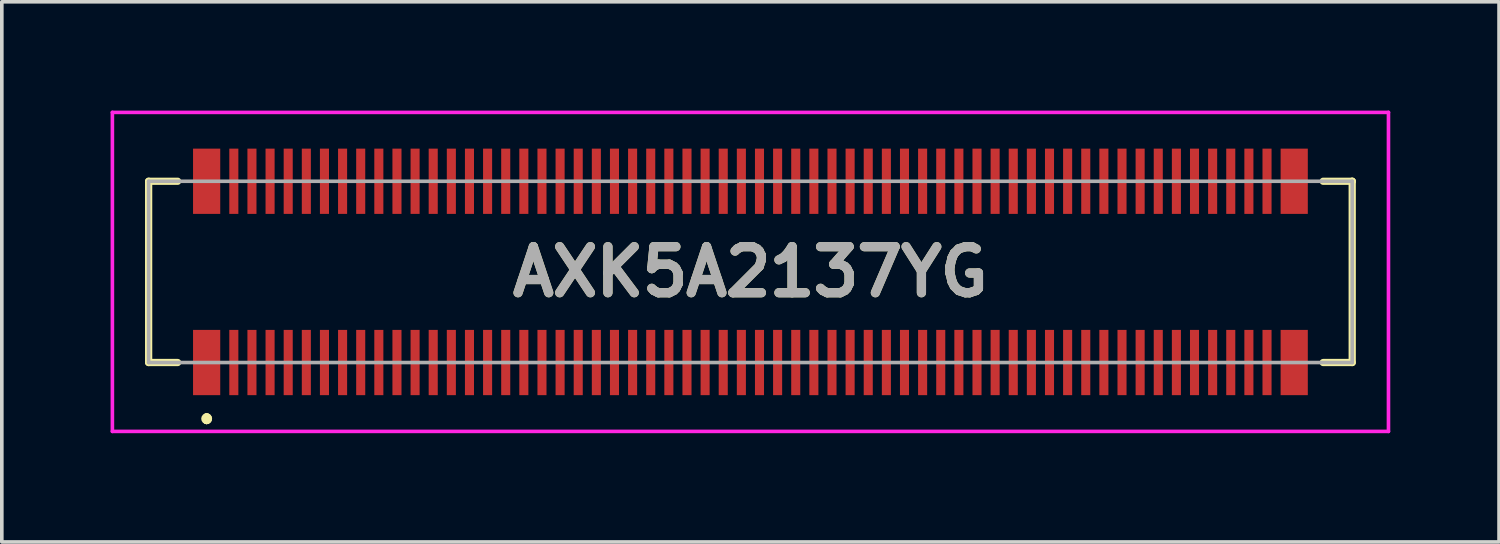
<source format=kicad_pcb>
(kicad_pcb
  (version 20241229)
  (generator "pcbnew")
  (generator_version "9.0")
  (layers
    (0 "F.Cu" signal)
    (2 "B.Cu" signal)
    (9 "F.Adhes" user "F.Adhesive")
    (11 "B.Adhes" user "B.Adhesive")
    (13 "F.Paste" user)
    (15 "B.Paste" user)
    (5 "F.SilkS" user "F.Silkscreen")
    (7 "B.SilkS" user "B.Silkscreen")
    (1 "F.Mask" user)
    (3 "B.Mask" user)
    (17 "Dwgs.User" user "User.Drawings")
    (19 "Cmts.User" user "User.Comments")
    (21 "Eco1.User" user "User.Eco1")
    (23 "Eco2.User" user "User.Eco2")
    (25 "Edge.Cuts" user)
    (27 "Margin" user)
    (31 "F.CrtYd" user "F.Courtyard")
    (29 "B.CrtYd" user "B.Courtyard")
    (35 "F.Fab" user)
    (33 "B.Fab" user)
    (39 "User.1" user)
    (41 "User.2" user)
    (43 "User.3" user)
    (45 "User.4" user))
  (footprint "AXK5A2137YG"
    (layer "F.Cu")
    (at 17.65 4.45)
    (property "Reference" "AXK5A2137YG" (at 0 0 0) (layer "F.SilkS") (effects (font (size 1.27 1.27) (thickness 0.254))))
    (attr smd)
    (fp_line (start -16.6 -2.5) (end -16.6 2.5) (stroke (width 0.2) (type solid)) (layer "F.SilkS"))
    (fp_line (start -16.6 2.5) (end -15.8 2.5) (stroke (width 0.2) (type solid)) (layer "F.SilkS"))
    (fp_line (start -15.8 -2.5) (end -16.6 -2.5) (stroke (width 0.2) (type solid)) (layer "F.SilkS"))
    (fp_line (start -15 4) (end -15 4) (stroke (width 0.2) (type solid)) (layer "F.SilkS"))
    (fp_line (start -15 4.1) (end -15 4.1) (stroke (width 0.2) (type solid)) (layer "F.SilkS"))
    (fp_line (start -15 4.1) (end -15 4.1) (stroke (width 0.2) (type solid)) (layer "F.SilkS"))
    (fp_line (start 15.8 -2.5) (end 16.6 -2.5) (stroke (width 0.2) (type solid)) (layer "F.SilkS"))
    (fp_line (start 16.6 -2.5) (end 16.6 -2.5) (stroke (width 0.2) (type solid)) (layer "F.SilkS"))
    (fp_line (start 16.6 -2.5) (end 16.6 2.5) (stroke (width 0.2) (type solid)) (layer "F.SilkS"))
    (fp_line (start 16.6 2.5) (end 15.8 2.5) (stroke (width 0.2) (type solid)) (layer "F.SilkS"))
    (fp_arc (start -15 4) (mid -14.95 4.05) (end -15 4.1) (stroke (width 0.2) (type solid)) (layer "F.SilkS"))
    (fp_arc (start -15 4) (mid -14.95 4.05) (end -15 4.1) (stroke (width 0.2) (type solid)) (layer "F.SilkS"))
    (fp_arc (start -15 4.1) (mid -15.05 4.05) (end -15 4) (stroke (width 0.2) (type solid)) (layer "F.SilkS"))
    (fp_line (start -17.6 -4.4) (end 17.6 -4.4) (stroke (width 0.1) (type solid)) (layer "F.CrtYd"))
    (fp_line (start -17.6 4.4) (end -17.6 -4.4) (stroke (width 0.1) (type solid)) (layer "F.CrtYd"))
    (fp_line (start 17.6 -4.4) (end 17.6 4.4) (stroke (width 0.1) (type solid)) (layer "F.CrtYd"))
    (fp_line (start 17.6 4.4) (end -17.6 4.4) (stroke (width 0.1) (type solid)) (layer "F.CrtYd"))
    (fp_line (start -16.6 -2.5) (end 16.6 -2.5) (stroke (width 0.1) (type solid)) (layer "F.Fab"))
    (fp_line (start -16.6 2.5) (end -16.6 -2.5) (stroke (width 0.1) (type solid)) (layer "F.Fab"))
    (fp_line (start 16.6 -2.5) (end 16.6 2.5) (stroke (width 0.1) (type solid)) (layer "F.Fab"))
    (fp_line (start 16.6 2.5) (end -16.6 2.5) (stroke (width 0.1) (type solid)) (layer "F.Fab"))
    (fp_text user "${REFERENCE}" (at 0 0 0) (layer "F.Fab") (effects (font (size 1.27 1.27) (thickness 0.254))))
    (pad "1" smd rect (at -15 2.5) (size 0.75 1.8) (layers "F.Cu" "F.Mask" "F.Paste"))
    (pad "2" smd rect (at -15 -2.5) (size 0.75 1.8) (layers "F.Cu" "F.Mask" "F.Paste"))
    (pad "3" smd rect (at -14.25 2.5) (size 0.25 1.8) (layers "F.Cu" "F.Mask" "F.Paste"))
    (pad "4" smd rect (at -14.25 -2.5) (size 0.25 1.8) (layers "F.Cu" "F.Mask" "F.Paste"))
    (pad "5" smd rect (at -13.75 2.5) (size 0.25 1.8) (layers "F.Cu" "F.Mask" "F.Paste"))
    (pad "6" smd rect (at -13.75 -2.5) (size 0.25 1.8) (layers "F.Cu" "F.Mask" "F.Paste"))
    (pad "7" smd rect (at -13.25 2.5) (size 0.25 1.8) (layers "F.Cu" "F.Mask" "F.Paste"))
    (pad "8" smd rect (at -13.25 -2.5) (size 0.25 1.8) (layers "F.Cu" "F.Mask" "F.Paste"))
    (pad "9" smd rect (at -12.75 2.5) (size 0.25 1.8) (layers "F.Cu" "F.Mask" "F.Paste"))
    (pad "10" smd rect (at -12.75 -2.5) (size 0.25 1.8) (layers "F.Cu" "F.Mask" "F.Paste"))
    (pad "11" smd rect (at -12.25 2.5) (size 0.25 1.8) (layers "F.Cu" "F.Mask" "F.Paste"))
    (pad "12" smd rect (at -12.25 -2.5) (size 0.25 1.8) (layers "F.Cu" "F.Mask" "F.Paste"))
    (pad "13" smd rect (at -11.75 2.5) (size 0.25 1.8) (layers "F.Cu" "F.Mask" "F.Paste"))
    (pad "14" smd rect (at -11.75 -2.5) (size 0.25 1.8) (layers "F.Cu" "F.Mask" "F.Paste"))
    (pad "15" smd rect (at -11.25 2.5) (size 0.25 1.8) (layers "F.Cu" "F.Mask" "F.Paste"))
    (pad "16" smd rect (at -11.25 -2.5) (size 0.25 1.8) (layers "F.Cu" "F.Mask" "F.Paste"))
    (pad "17" smd rect (at -10.75 2.5) (size 0.25 1.8) (layers "F.Cu" "F.Mask" "F.Paste"))
    (pad "18" smd rect (at -10.75 -2.5) (size 0.25 1.8) (layers "F.Cu" "F.Mask" "F.Paste"))
    (pad "19" smd rect (at -10.25 2.5) (size 0.25 1.8) (layers "F.Cu" "F.Mask" "F.Paste"))
    (pad "20" smd rect (at -10.25 -2.5) (size 0.25 1.8) (layers "F.Cu" "F.Mask" "F.Paste"))
    (pad "21" smd rect (at -9.75 2.5) (size 0.25 1.8) (layers "F.Cu" "F.Mask" "F.Paste"))
    (pad "22" smd rect (at -9.75 -2.5) (size 0.25 1.8) (layers "F.Cu" "F.Mask" "F.Paste"))
    (pad "23" smd rect (at -9.25 2.5) (size 0.25 1.8) (layers "F.Cu" "F.Mask" "F.Paste"))
    (pad "24" smd rect (at -9.25 -2.5) (size 0.25 1.8) (layers "F.Cu" "F.Mask" "F.Paste"))
    (pad "25" smd rect (at -8.75 2.5) (size 0.25 1.8) (layers "F.Cu" "F.Mask" "F.Paste"))
    (pad "26" smd rect (at -8.75 -2.5) (size 0.25 1.8) (layers "F.Cu" "F.Mask" "F.Paste"))
    (pad "27" smd rect (at -8.25 2.5) (size 0.25 1.8) (layers "F.Cu" "F.Mask" "F.Paste"))
    (pad "28" smd rect (at -8.25 -2.5) (size 0.25 1.8) (layers "F.Cu" "F.Mask" "F.Paste"))
    (pad "29" smd rect (at -7.75 2.5) (size 0.25 1.8) (layers "F.Cu" "F.Mask" "F.Paste"))
    (pad "30" smd rect (at -7.75 -2.5) (size 0.25 1.8) (layers "F.Cu" "F.Mask" "F.Paste"))
    (pad "31" smd rect (at -7.25 2.5) (size 0.25 1.8) (layers "F.Cu" "F.Mask" "F.Paste"))
    (pad "32" smd rect (at -7.25 -2.5) (size 0.25 1.8) (layers "F.Cu" "F.Mask" "F.Paste"))
    (pad "33" smd rect (at -6.75 2.5) (size 0.25 1.8) (layers "F.Cu" "F.Mask" "F.Paste"))
    (pad "34" smd rect (at -6.75 -2.5) (size 0.25 1.8) (layers "F.Cu" "F.Mask" "F.Paste"))
    (pad "35" smd rect (at -6.25 2.5) (size 0.25 1.8) (layers "F.Cu" "F.Mask" "F.Paste"))
    (pad "36" smd rect (at -6.25 -2.5) (size 0.25 1.8) (layers "F.Cu" "F.Mask" "F.Paste"))
    (pad "37" smd rect (at -5.75 2.5) (size 0.25 1.8) (layers "F.Cu" "F.Mask" "F.Paste"))
    (pad "38" smd rect (at -5.75 -2.5) (size 0.25 1.8) (layers "F.Cu" "F.Mask" "F.Paste"))
    (pad "39" smd rect (at -5.25 2.5) (size 0.25 1.8) (layers "F.Cu" "F.Mask" "F.Paste"))
    (pad "40" smd rect (at -5.25 -2.5) (size 0.25 1.8) (layers "F.Cu" "F.Mask" "F.Paste"))
    (pad "41" smd rect (at -4.75 2.5) (size 0.25 1.8) (layers "F.Cu" "F.Mask" "F.Paste"))
    (pad "42" smd rect (at -4.75 -2.5) (size 0.25 1.8) (layers "F.Cu" "F.Mask" "F.Paste"))
    (pad "43" smd rect (at -4.25 2.5) (size 0.25 1.8) (layers "F.Cu" "F.Mask" "F.Paste"))
    (pad "44" smd rect (at -4.25 -2.5) (size 0.25 1.8) (layers "F.Cu" "F.Mask" "F.Paste"))
    (pad "45" smd rect (at -3.75 2.5) (size 0.25 1.8) (layers "F.Cu" "F.Mask" "F.Paste"))
    (pad "46" smd rect (at -3.75 -2.5) (size 0.25 1.8) (layers "F.Cu" "F.Mask" "F.Paste"))
    (pad "47" smd rect (at -3.25 2.5) (size 0.25 1.8) (layers "F.Cu" "F.Mask" "F.Paste"))
    (pad "48" smd rect (at -3.25 -2.5) (size 0.25 1.8) (layers "F.Cu" "F.Mask" "F.Paste"))
    (pad "49" smd rect (at -2.75 2.5) (size 0.25 1.8) (layers "F.Cu" "F.Mask" "F.Paste"))
    (pad "50" smd rect (at -2.75 -2.5) (size 0.25 1.8) (layers "F.Cu" "F.Mask" "F.Paste"))
    (pad "51" smd rect (at -2.25 2.5) (size 0.25 1.8) (layers "F.Cu" "F.Mask" "F.Paste"))
    (pad "52" smd rect (at -2.25 -2.5) (size 0.25 1.8) (layers "F.Cu" "F.Mask" "F.Paste"))
    (pad "53" smd rect (at -1.75 2.5) (size 0.25 1.8) (layers "F.Cu" "F.Mask" "F.Paste"))
    (pad "54" smd rect (at -1.75 -2.5) (size 0.25 1.8) (layers "F.Cu" "F.Mask" "F.Paste"))
    (pad "55" smd rect (at -1.25 2.5) (size 0.25 1.8) (layers "F.Cu" "F.Mask" "F.Paste"))
    (pad "56" smd rect (at -1.25 -2.5) (size 0.25 1.8) (layers "F.Cu" "F.Mask" "F.Paste"))
    (pad "57" smd rect (at -0.75 2.5) (size 0.25 1.8) (layers "F.Cu" "F.Mask" "F.Paste"))
    (pad "58" smd rect (at -0.75 -2.5) (size 0.25 1.8) (layers "F.Cu" "F.Mask" "F.Paste"))
    (pad "59" smd rect (at -0.25 2.5) (size 0.25 1.8) (layers "F.Cu" "F.Mask" "F.Paste"))
    (pad "60" smd rect (at -0.25 -2.5) (size 0.25 1.8) (layers "F.Cu" "F.Mask" "F.Paste"))
    (pad "61" smd rect (at 0.25 2.5) (size 0.25 1.8) (layers "F.Cu" "F.Mask" "F.Paste"))
    (pad "62" smd rect (at 0.25 -2.5) (size 0.25 1.8) (layers "F.Cu" "F.Mask" "F.Paste"))
    (pad "63" smd rect (at 0.75 2.5) (size 0.25 1.8) (layers "F.Cu" "F.Mask" "F.Paste"))
    (pad "64" smd rect (at 0.75 -2.5) (size 0.25 1.8) (layers "F.Cu" "F.Mask" "F.Paste"))
    (pad "65" smd rect (at 1.25 2.5) (size 0.25 1.8) (layers "F.Cu" "F.Mask" "F.Paste"))
    (pad "66" smd rect (at 1.25 -2.5) (size 0.25 1.8) (layers "F.Cu" "F.Mask" "F.Paste"))
    (pad "67" smd rect (at 1.75 2.5) (size 0.25 1.8) (layers "F.Cu" "F.Mask" "F.Paste"))
    (pad "68" smd rect (at 1.75 -2.5) (size 0.25 1.8) (layers "F.Cu" "F.Mask" "F.Paste"))
    (pad "69" smd rect (at 2.25 2.5) (size 0.25 1.8) (layers "F.Cu" "F.Mask" "F.Paste"))
    (pad "70" smd rect (at 2.25 -2.5) (size 0.25 1.8) (layers "F.Cu" "F.Mask" "F.Paste"))
    (pad "71" smd rect (at 2.75 2.5) (size 0.25 1.8) (layers "F.Cu" "F.Mask" "F.Paste"))
    (pad "72" smd rect (at 2.75 -2.5) (size 0.25 1.8) (layers "F.Cu" "F.Mask" "F.Paste"))
    (pad "73" smd rect (at 3.25 2.5) (size 0.25 1.8) (layers "F.Cu" "F.Mask" "F.Paste"))
    (pad "74" smd rect (at 3.25 -2.5) (size 0.25 1.8) (layers "F.Cu" "F.Mask" "F.Paste"))
    (pad "75" smd rect (at 3.75 2.5) (size 0.25 1.8) (layers "F.Cu" "F.Mask" "F.Paste"))
    (pad "76" smd rect (at 3.75 -2.5) (size 0.25 1.8) (layers "F.Cu" "F.Mask" "F.Paste"))
    (pad "77" smd rect (at 4.25 2.5) (size 0.25 1.8) (layers "F.Cu" "F.Mask" "F.Paste"))
    (pad "78" smd rect (at 4.25 -2.5) (size 0.25 1.8) (layers "F.Cu" "F.Mask" "F.Paste"))
    (pad "79" smd rect (at 4.75 2.5) (size 0.25 1.8) (layers "F.Cu" "F.Mask" "F.Paste"))
    (pad "80" smd rect (at 4.75 -2.5) (size 0.25 1.8) (layers "F.Cu" "F.Mask" "F.Paste"))
    (pad "81" smd rect (at 5.25 2.5) (size 0.25 1.8) (layers "F.Cu" "F.Mask" "F.Paste"))
    (pad "82" smd rect (at 5.25 -2.5) (size 0.25 1.8) (layers "F.Cu" "F.Mask" "F.Paste"))
    (pad "83" smd rect (at 5.75 2.5) (size 0.25 1.8) (layers "F.Cu" "F.Mask" "F.Paste"))
    (pad "84" smd rect (at 5.75 -2.5) (size 0.25 1.8) (layers "F.Cu" "F.Mask" "F.Paste"))
    (pad "85" smd rect (at 6.25 2.5) (size 0.25 1.8) (layers "F.Cu" "F.Mask" "F.Paste"))
    (pad "86" smd rect (at 6.25 -2.5) (size 0.25 1.8) (layers "F.Cu" "F.Mask" "F.Paste"))
    (pad "87" smd rect (at 6.75 2.5) (size 0.25 1.8) (layers "F.Cu" "F.Mask" "F.Paste"))
    (pad "88" smd rect (at 6.75 -2.5) (size 0.25 1.8) (layers "F.Cu" "F.Mask" "F.Paste"))
    (pad "89" smd rect (at 7.25 2.5) (size 0.25 1.8) (layers "F.Cu" "F.Mask" "F.Paste"))
    (pad "90" smd rect (at 7.25 -2.5) (size 0.25 1.8) (layers "F.Cu" "F.Mask" "F.Paste"))
    (pad "91" smd rect (at 7.75 2.5) (size 0.25 1.8) (layers "F.Cu" "F.Mask" "F.Paste"))
    (pad "92" smd rect (at 7.75 -2.5) (size 0.25 1.8) (layers "F.Cu" "F.Mask" "F.Paste"))
    (pad "93" smd rect (at 8.25 2.5) (size 0.25 1.8) (layers "F.Cu" "F.Mask" "F.Paste"))
    (pad "94" smd rect (at 8.25 -2.5) (size 0.25 1.8) (layers "F.Cu" "F.Mask" "F.Paste"))
    (pad "95" smd rect (at 8.75 2.5) (size 0.25 1.8) (layers "F.Cu" "F.Mask" "F.Paste"))
    (pad "96" smd rect (at 8.75 -2.5) (size 0.25 1.8) (layers "F.Cu" "F.Mask" "F.Paste"))
    (pad "97" smd rect (at 9.25 2.5) (size 0.25 1.8) (layers "F.Cu" "F.Mask" "F.Paste"))
    (pad "98" smd rect (at 9.25 -2.5) (size 0.25 1.8) (layers "F.Cu" "F.Mask" "F.Paste"))
    (pad "99" smd rect (at 9.75 2.5) (size 0.25 1.8) (layers "F.Cu" "F.Mask" "F.Paste"))
    (pad "100" smd rect (at 9.75 -2.5) (size 0.25 1.8) (layers "F.Cu" "F.Mask" "F.Paste"))
    (pad "101" smd rect (at 10.25 2.5) (size 0.25 1.8) (layers "F.Cu" "F.Mask" "F.Paste"))
    (pad "102" smd rect (at 10.25 -2.5) (size 0.25 1.8) (layers "F.Cu" "F.Mask" "F.Paste"))
    (pad "103" smd rect (at 10.75 2.5) (size 0.25 1.8) (layers "F.Cu" "F.Mask" "F.Paste"))
    (pad "104" smd rect (at 10.75 -2.5) (size 0.25 1.8) (layers "F.Cu" "F.Mask" "F.Paste"))
    (pad "105" smd rect (at 11.25 2.5) (size 0.25 1.8) (layers "F.Cu" "F.Mask" "F.Paste"))
    (pad "106" smd rect (at 11.25 -2.5) (size 0.25 1.8) (layers "F.Cu" "F.Mask" "F.Paste"))
    (pad "107" smd rect (at 11.75 2.5) (size 0.25 1.8) (layers "F.Cu" "F.Mask" "F.Paste"))
    (pad "108" smd rect (at 11.75 -2.5) (size 0.25 1.8) (layers "F.Cu" "F.Mask" "F.Paste"))
    (pad "109" smd rect (at 12.25 2.5) (size 0.25 1.8) (layers "F.Cu" "F.Mask" "F.Paste"))
    (pad "110" smd rect (at 12.25 -2.5) (size 0.25 1.8) (layers "F.Cu" "F.Mask" "F.Paste"))
    (pad "111" smd rect (at 12.75 2.5) (size 0.25 1.8) (layers "F.Cu" "F.Mask" "F.Paste"))
    (pad "112" smd rect (at 12.75 -2.5) (size 0.25 1.8) (layers "F.Cu" "F.Mask" "F.Paste"))
    (pad "113" smd rect (at 13.25 2.5) (size 0.25 1.8) (layers "F.Cu" "F.Mask" "F.Paste"))
    (pad "114" smd rect (at 13.25 -2.5) (size 0.25 1.8) (layers "F.Cu" "F.Mask" "F.Paste"))
    (pad "115" smd rect (at 13.75 2.5) (size 0.25 1.8) (layers "F.Cu" "F.Mask" "F.Paste"))
    (pad "116" smd rect (at 13.75 -2.5) (size 0.25 1.8) (layers "F.Cu" "F.Mask" "F.Paste"))
    (pad "117" smd rect (at 14.25 2.5) (size 0.25 1.8) (layers "F.Cu" "F.Mask" "F.Paste"))
    (pad "118" smd rect (at 14.25 -2.5) (size 0.25 1.8) (layers "F.Cu" "F.Mask" "F.Paste"))
    (pad "119" smd rect (at 15 2.5) (size 0.75 1.8) (layers "F.Cu" "F.Mask" "F.Paste"))
    (pad "120" smd rect (at 15 -2.5) (size 0.75 1.8) (layers "F.Cu" "F.Mask" "F.Paste")))
  (gr_rect
    (start -3 -3)
    (end 38.3 11.9)
    (stroke (width 0.1) (type default))
    (fill no)
    (layer "Edge.Cuts")))
</source>
